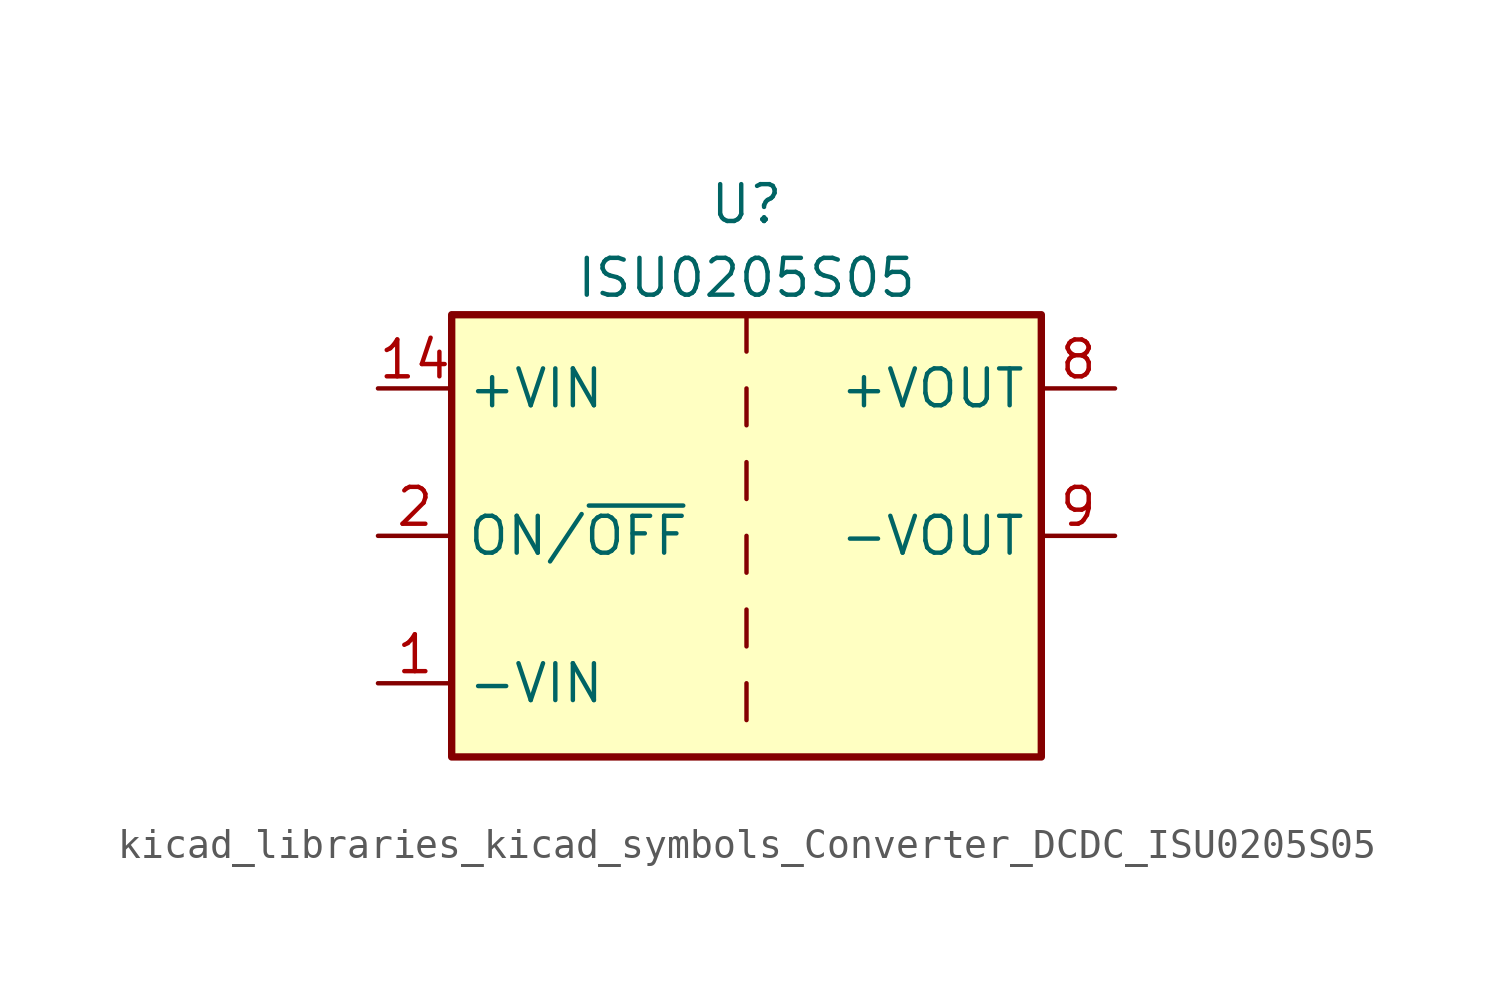
<source format=kicad_sym>
(kicad_symbol_lib
  (version 20220914)
  (generator kicad_symbol_editor)
  (symbol "kicad_libraries_kicad_symbols_Converter_DCDC_ISU0205S05"
    (property "Reference" "U"
      (at 0 11.43 0)
      (effects (font (size 1.27 1.27))))
    (property "Value" "ISU0205S05"
      (at 0 8.89 0)
      (effects (font (size 1.27 1.27))))
    (symbol "kicad_libraries_kicad_symbols_Converter_DCDC_ISU0205S05_0_1"
      (rectangle (start -10.16 7.62) (end 10.16 -7.62) (stroke (width 0.254) (type default)) (fill (type background)))
      (polyline (pts (xy 0 -5.08) (xy 0 -6.35)) (stroke (width 0) (type default)) (fill (type none)))
      (polyline (pts (xy 0 -2.54) (xy 0 -3.81)) (stroke (width 0) (type default)) (fill (type none)))
      (polyline (pts (xy 0 0) (xy 0 -1.27)) (stroke (width 0) (type default)) (fill (type none)))
      (polyline (pts (xy 0 2.54) (xy 0 1.27)) (stroke (width 0) (type default)) (fill (type none)))
      (polyline (pts (xy 0 5.08) (xy 0 3.81)) (stroke (width 0) (type default)) (fill (type none)))
      (polyline (pts (xy 0 7.62) (xy 0 6.35)) (stroke (width 0) (type default)) (fill (type none))))
    (symbol "kicad_libraries_kicad_symbols_Converter_DCDC_ISU0205S05_1_1"
      (pin power_in line (at -12.7 -5.08 0) (length 2.54) (name "-VIN" (effects (font (size 1.27 1.27)))) (number "1" (effects (font (size 1.27 1.27)))))
      (pin power_in line (at -12.7 5.08 0) (length 2.54) (name "+VIN" (effects (font (size 1.27 1.27)))) (number "14" (effects (font (size 1.27 1.27)))))
      (pin input line (at -12.7 0 0) (length 2.54) (name "ON/~{OFF}" (effects (font (size 1.27 1.27)))) (number "2" (effects (font (size 1.27 1.27)))))
      (pin no_connect line (at 10.16 -2.54 180) (length 2.54) hide (name "NC" (effects (font (size 1.27 1.27)))) (number "6" (effects (font (size 1.27 1.27)))))
      (pin no_connect line (at 10.16 -5.08 180) (length 2.54) hide (name "NC" (effects (font (size 1.27 1.27)))) (number "7" (effects (font (size 1.27 1.27)))))
      (pin power_out line (at 12.7 5.08 180) (length 2.54) (name "+VOUT" (effects (font (size 1.27 1.27)))) (number "8" (effects (font (size 1.27 1.27)))))
      (pin power_out line (at 12.7 0 180) (length 2.54) (name "-VOUT" (effects (font (size 1.27 1.27)))) (number "9" (effects (font (size 1.27 1.27))))))))
</source>
